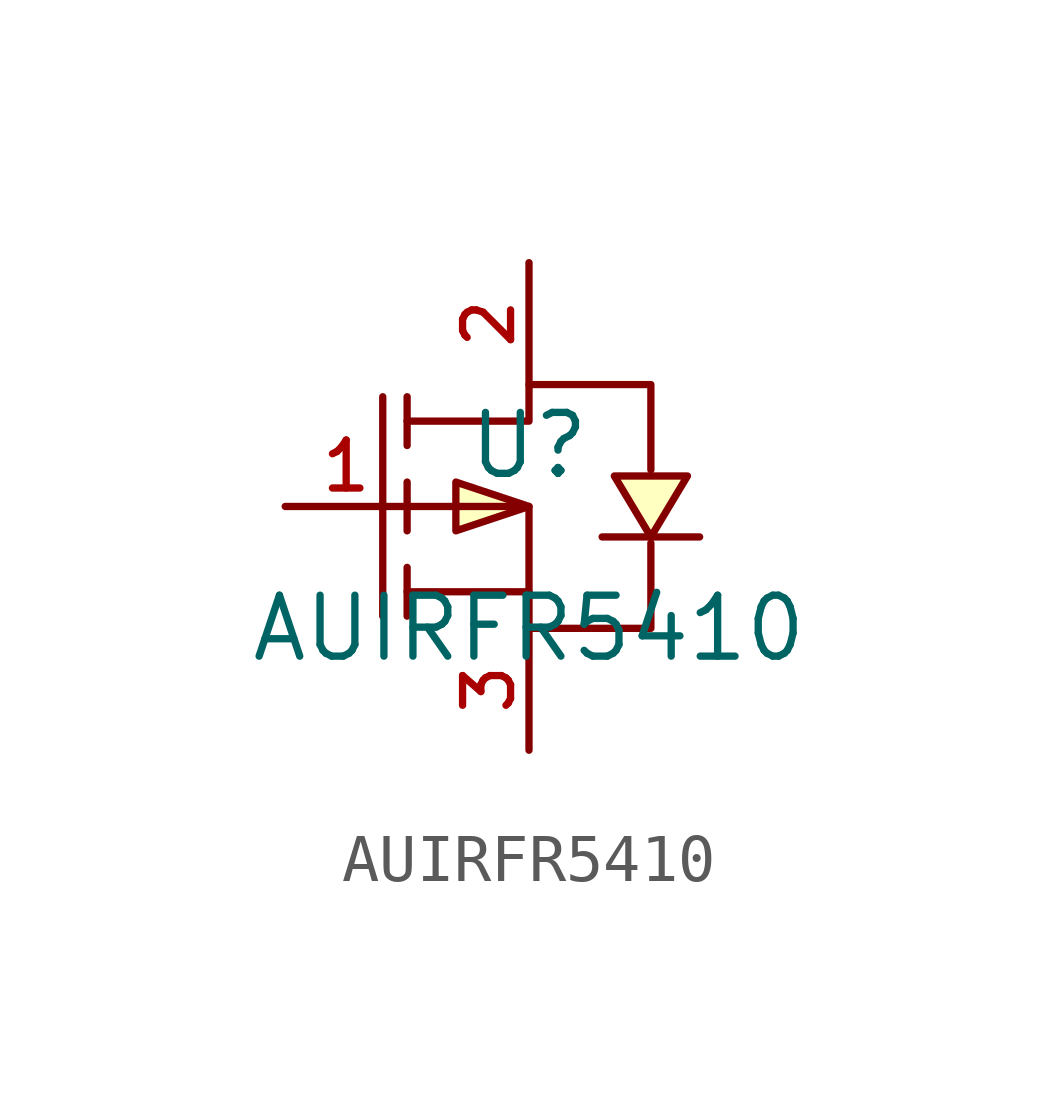
<source format=kicad_sym>
(kicad_symbol_lib
  (version 20210201)
  (generator TousstNicolas/JLC2KiCad_lib)
  (symbol "AUIRFR5410"
    (pin_names hide)
    (property "Reference" "U"
      (at 0 1.27 0)
      (effects (font (size 1.27 1.27))))
    (property "Value" "AUIRFR5410"
      (at 0 -2.54 0)
      (effects (font (size 1.27 1.27))))
    (symbol "AUIRFR5410_0_1"
      (polyline (pts (xy 1.524 -0.635) (xy 2.032 -0.635) (xy 3.048 -0.635) (xy 3.556 -0.635)) (stroke (width 0) (type default) (color 0 0 0 0)) (fill (type none)))
      (polyline (pts (xy 2.54 -0.635) (xy 3.302 0.635) (xy 1.778 0.635) (xy 2.54 -0.635)) (stroke (width 0) (type default) (color 0 0 0 0)) (fill (type background)))
      (polyline (pts (xy 0.0 -0.0) (xy -1.524 0.508) (xy -1.524 -0.508) (xy 0.0 -0.0)) (stroke (width 0) (type default) (color 0 0 0 0)) (fill (type background)))
      (pin unspecified line (at 0.0 -5.08 90) (length 2.54) (name "S" (effects (font (size 1 1)))) (number "3" (effects (font (size 1 1)))))
      (pin unspecified line (at -5.08 -0.0 0) (length 2.54) (name "G" (effects (font (size 1 1)))) (number "1" (effects (font (size 1 1)))))
      (pin unspecified line (at 0.0 5.08 270) (length 2.54) (name "D" (effects (font (size 1 1)))) (number "2" (effects (font (size 1 1)))))
      (polyline (pts (xy -2.54 -2.286) (xy -2.54 -1.27)) (stroke (width 0) (type default) (color 0 0 0 0)) (fill (type none)))
      (polyline (pts (xy -2.54 -0.508) (xy -2.54 0.508)) (stroke (width 0) (type default) (color 0 0 0 0)) (fill (type none)))
      (polyline (pts (xy -2.54 2.286) (xy -2.54 1.27)) (stroke (width 0) (type default) (color 0 0 0 0)) (fill (type none)))
      (polyline (pts (xy -3.048 2.286) (xy -3.048 -2.286)) (stroke (width 0) (type default) (color 0 0 0 0)) (fill (type none)))
      (polyline (pts (xy 0.0 -1.778) (xy -2.54 -1.778)) (stroke (width 0) (type default) (color 0 0 0 0)) (fill (type none)))
      (polyline (pts (xy -2.54 -0.0) (xy 0.0 -0.0) (xy 0.0 -2.54) (xy 2.54 -2.54) (xy 2.54 -0.762)) (stroke (width 0) (type default) (color 0 0 0 0)) (fill (type none)))
      (polyline (pts (xy -2.54 1.778) (xy 0.0 1.778) (xy 0.0 2.54) (xy 2.54 2.54) (xy 2.54 0.762)) (stroke (width 0) (type default) (color 0 0 0 0)) (fill (type none))))))
</source>
